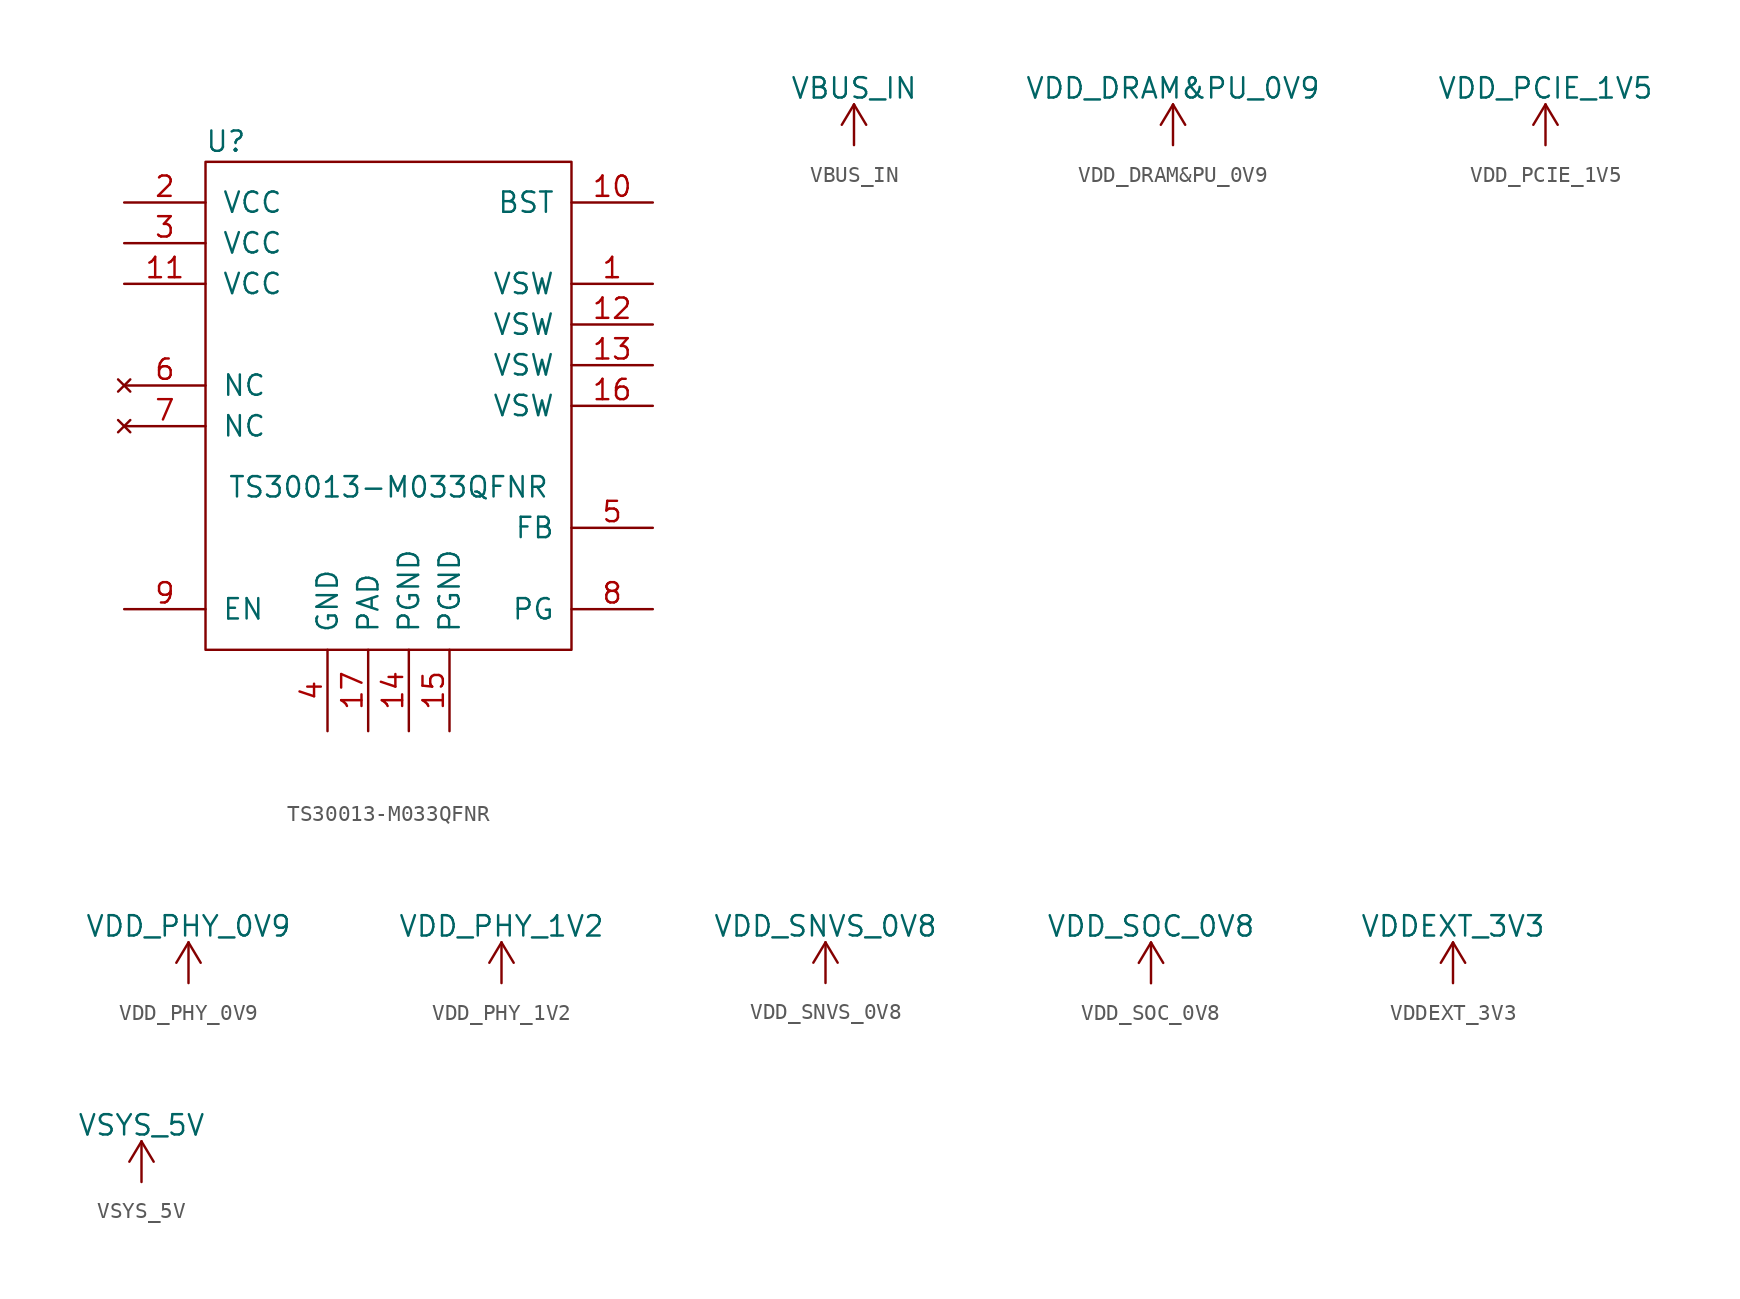
<source format=kicad_sym>
(kicad_symbol_lib
  (version 20241209)
  (generator "kicad_symbol_editor")
  (generator_version "9.0")
  (symbol "TS30013-M033QFNR"
    (pin_names
      (offset 1.016))
    (property "Reference" "U"
      (at -10.16 16.51 0)
      (effects (font (size 1.27 1.27))))
    (property "Value" "TS30013-M033QFNR"
      (at 0 -5.08 0)
      (effects (font (size 1.27 1.27))))
    (symbol "TS30013-M033QFNR_0_1"
      (rectangle (start -11.43 15.24) (end 11.43 -15.24) (stroke (width 0) (type solid)) (fill (type none))))
    (symbol "TS30013-M033QFNR_1_1"
      (pin power_in line (at -16.51 12.7 0) (length 5.08) (name "VCC" (effects (font (size 1.27 1.27)))) (number "2" (effects (font (size 1.27 1.27)))))
      (pin power_in line (at -16.51 10.16 0) (length 5.08) (name "VCC" (effects (font (size 1.27 1.27)))) (number "3" (effects (font (size 1.27 1.27)))))
      (pin power_in line (at -16.51 7.62 0) (length 5.08) (name "VCC" (effects (font (size 1.27 1.27)))) (number "11" (effects (font (size 1.27 1.27)))))
      (pin no_connect line (at -16.51 1.27 0) (length 5.08) (name "NC" (effects (font (size 1.27 1.27)))) (number "6" (effects (font (size 1.27 1.27)))))
      (pin no_connect line (at -16.51 -1.27 0) (length 5.08) (name "NC" (effects (font (size 1.27 1.27)))) (number "7" (effects (font (size 1.27 1.27)))))
      (pin power_in line (at -16.51 -12.7 0) (length 5.08) (name "EN" (effects (font (size 1.27 1.27)))) (number "9" (effects (font (size 1.27 1.27)))))
      (pin passive line (at -3.81 -20.32 90) (length 5.08) (name "GND" (effects (font (size 1.27 1.27)))) (number "4" (effects (font (size 1.27 1.27)))))
      (pin passive line (at -1.27 -20.32 90) (length 5.08) (name "PAD" (effects (font (size 1.27 1.27)))) (number "17" (effects (font (size 1.27 1.27)))))
      (pin passive line (at 1.27 -20.32 90) (length 5.08) (name "PGND" (effects (font (size 1.27 1.27)))) (number "14" (effects (font (size 1.27 1.27)))))
      (pin passive line (at 3.81 -20.32 90) (length 5.08) (name "PGND" (effects (font (size 1.27 1.27)))) (number "15" (effects (font (size 1.27 1.27)))))
      (pin passive line (at 16.51 12.7 180) (length 5.08) (name "BST" (effects (font (size 1.27 1.27)))) (number "10" (effects (font (size 1.27 1.27)))))
      (pin power_out line (at 16.51 7.62 180) (length 5.08) (name "VSW" (effects (font (size 1.27 1.27)))) (number "1" (effects (font (size 1.27 1.27)))))
      (pin power_out line (at 16.51 5.08 180) (length 5.08) (name "VSW" (effects (font (size 1.27 1.27)))) (number "12" (effects (font (size 1.27 1.27)))))
      (pin power_out line (at 16.51 2.54 180) (length 5.08) (name "VSW" (effects (font (size 1.27 1.27)))) (number "13" (effects (font (size 1.27 1.27)))))
      (pin power_out line (at 16.51 0 180) (length 5.08) (name "VSW" (effects (font (size 1.27 1.27)))) (number "16" (effects (font (size 1.27 1.27)))))
      (pin power_out line (at 16.51 -7.62 180) (length 5.08) (name "FB" (effects (font (size 1.27 1.27)))) (number "5" (effects (font (size 1.27 1.27)))))
      (pin open_collector line (at 16.51 -12.7 180) (length 5.08) (name "PG" (effects (font (size 1.27 1.27)))) (number "8" (effects (font (size 1.27 1.27)))))))
  (symbol "VBUS_IN"
    (power)
    (pin_names
      (offset 0))
    (property "Reference" "#PWR"
      (at 0 -3.81 0)
      (effects (font (size 1.27 1.27)) (hide yes)))
    (property "Value" "VBUS_IN"
      (at 0 3.556 0)
      (effects (font (size 1.27 1.27))))
    (symbol "VBUS_IN_0_1"
      (polyline (pts (xy -0.762 1.27) (xy 0 2.54)) (stroke (width 0) (type solid)) (fill (type none)))
      (polyline (pts (xy 0 2.54) (xy 0.762 1.27)) (stroke (width 0) (type solid)) (fill (type none)))
      (polyline (pts (xy 0 0) (xy 0 2.54)) (stroke (width 0) (type solid)) (fill (type none))))
    (symbol "VBUS_IN_1_1"
      (pin power_in line (at 0 0 90) (length 0) (hide yes) (name "VBUS_IN" (effects (font (size 1.27 1.27)))) (number "1" (effects (font (size 1.27 1.27)))))))
  (symbol "VDD_DRAM&PU_0V9"
    (power)
    (pin_names
      (offset 0))
    (property "Reference" "#PWR"
      (at 0 -3.81 0)
      (effects (font (size 1.27 1.27)) (hide yes)))
    (property "Value" "VDD_DRAM&PU_0V9"
      (at 0 3.556 0)
      (effects (font (size 1.27 1.27))))
    (symbol "VDD_DRAM&PU_0V9_0_1"
      (polyline (pts (xy -0.762 1.27) (xy 0 2.54)) (stroke (width 0) (type solid)) (fill (type none)))
      (polyline (pts (xy 0 2.54) (xy 0.762 1.27)) (stroke (width 0) (type solid)) (fill (type none)))
      (polyline (pts (xy 0 0) (xy 0 2.54)) (stroke (width 0) (type solid)) (fill (type none))))
    (symbol "VDD_DRAM&PU_0V9_1_1"
      (pin power_in line (at 0 0 90) (length 0) (hide yes) (name "VDD_DRAM&PU_0V9" (effects (font (size 1.27 1.27)))) (number "1" (effects (font (size 1.27 1.27)))))))
  (symbol "VDD_PCIE_1V5"
    (power)
    (pin_names
      (offset 0))
    (property "Reference" "#PWR"
      (at 0 -3.81 0)
      (effects (font (size 1.27 1.27)) (hide yes)))
    (property "Value" "VDD_PCIE_1V5"
      (at 0 3.556 0)
      (effects (font (size 1.27 1.27))))
    (symbol "VDD_PCIE_1V5_0_1"
      (polyline (pts (xy -0.762 1.27) (xy 0 2.54)) (stroke (width 0) (type solid)) (fill (type none)))
      (polyline (pts (xy 0 2.54) (xy 0.762 1.27)) (stroke (width 0) (type solid)) (fill (type none)))
      (polyline (pts (xy 0 0) (xy 0 2.54)) (stroke (width 0) (type solid)) (fill (type none))))
    (symbol "VDD_PCIE_1V5_1_1"
      (pin power_in line (at 0 0 90) (length 0) (hide yes) (name "VDD_PCIE_1V5" (effects (font (size 1.27 1.27)))) (number "1" (effects (font (size 1.27 1.27)))))))
  (symbol "VDD_PHY_0V9"
    (power)
    (pin_names
      (offset 0))
    (property "Reference" "#PWR"
      (at 0 -3.81 0)
      (effects (font (size 1.27 1.27)) (hide yes)))
    (property "Value" "VDD_PHY_0V9"
      (at 0 3.556 0)
      (effects (font (size 1.27 1.27))))
    (symbol "VDD_PHY_0V9_0_1"
      (polyline (pts (xy -0.762 1.27) (xy 0 2.54)) (stroke (width 0) (type solid)) (fill (type none)))
      (polyline (pts (xy 0 2.54) (xy 0.762 1.27)) (stroke (width 0) (type solid)) (fill (type none)))
      (polyline (pts (xy 0 0) (xy 0 2.54)) (stroke (width 0) (type solid)) (fill (type none))))
    (symbol "VDD_PHY_0V9_1_1"
      (pin power_in line (at 0 0 90) (length 0) (hide yes) (name "VDD_PHY_0V9" (effects (font (size 1.27 1.27)))) (number "1" (effects (font (size 1.27 1.27)))))))
  (symbol "VDD_PHY_1V2"
    (power)
    (pin_names
      (offset 0))
    (property "Reference" "#PWR"
      (at 0 -3.81 0)
      (effects (font (size 1.27 1.27)) (hide yes)))
    (property "Value" "VDD_PHY_1V2"
      (at 0 3.556 0)
      (effects (font (size 1.27 1.27))))
    (symbol "VDD_PHY_1V2_0_1"
      (polyline (pts (xy -0.762 1.27) (xy 0 2.54)) (stroke (width 0) (type solid)) (fill (type none)))
      (polyline (pts (xy 0 2.54) (xy 0.762 1.27)) (stroke (width 0) (type solid)) (fill (type none)))
      (polyline (pts (xy 0 0) (xy 0 2.54)) (stroke (width 0) (type solid)) (fill (type none))))
    (symbol "VDD_PHY_1V2_1_1"
      (pin power_in line (at 0 0 90) (length 0) (hide yes) (name "VDD_PHY_1V2" (effects (font (size 1.27 1.27)))) (number "1" (effects (font (size 1.27 1.27)))))))
  (symbol "VDD_SNVS_0V8"
    (power)
    (pin_names
      (offset 0))
    (property "Reference" "#PWR"
      (at 0 -3.81 0)
      (effects (font (size 1.27 1.27)) (hide yes)))
    (property "Value" "VDD_SNVS_0V8"
      (at 0 3.556 0)
      (effects (font (size 1.27 1.27))))
    (symbol "VDD_SNVS_0V8_0_1"
      (polyline (pts (xy -0.762 1.27) (xy 0 2.54)) (stroke (width 0) (type solid)) (fill (type none)))
      (polyline (pts (xy 0 2.54) (xy 0.762 1.27)) (stroke (width 0) (type solid)) (fill (type none)))
      (polyline (pts (xy 0 0) (xy 0 2.54)) (stroke (width 0) (type solid)) (fill (type none))))
    (symbol "VDD_SNVS_0V8_1_1"
      (pin power_in line (at 0 0 90) (length 0) (hide yes) (name "VDD_SNVS_0V8" (effects (font (size 1.27 1.27)))) (number "1" (effects (font (size 1.27 1.27)))))))
  (symbol "VDD_SOC_0V8"
    (power)
    (pin_names
      (offset 0))
    (property "Reference" "#PWR"
      (at 0 -3.81 0)
      (effects (font (size 1.27 1.27)) (hide yes)))
    (property "Value" "VDD_SOC_0V8"
      (at 0 3.556 0)
      (effects (font (size 1.27 1.27))))
    (symbol "VDD_SOC_0V8_0_1"
      (polyline (pts (xy -0.762 1.27) (xy 0 2.54)) (stroke (width 0) (type solid)) (fill (type none)))
      (polyline (pts (xy 0 2.54) (xy 0.762 1.27)) (stroke (width 0) (type solid)) (fill (type none)))
      (polyline (pts (xy 0 0) (xy 0 2.54)) (stroke (width 0) (type solid)) (fill (type none))))
    (symbol "VDD_SOC_0V8_1_1"
      (pin power_in line (at 0 0 90) (length 0) (hide yes) (name "VDD_SOC_0V8" (effects (font (size 1.27 1.27)))) (number "1" (effects (font (size 1.27 1.27)))))))
  (symbol "VDDEXT_3V3"
    (power)
    (pin_names
      (offset 0))
    (property "Reference" "#PWR"
      (at 0 -3.81 0)
      (effects (font (size 1.27 1.27)) (hide yes)))
    (property "Value" "VDDEXT_3V3"
      (at 0 3.556 0)
      (effects (font (size 1.27 1.27))))
    (symbol "VDDEXT_3V3_0_1"
      (polyline (pts (xy -0.762 1.27) (xy 0 2.54)) (stroke (width 0) (type solid)) (fill (type none)))
      (polyline (pts (xy 0 2.54) (xy 0.762 1.27)) (stroke (width 0) (type solid)) (fill (type none)))
      (polyline (pts (xy 0 0) (xy 0 2.54)) (stroke (width 0) (type solid)) (fill (type none))))
    (symbol "VDDEXT_3V3_1_1"
      (pin power_in line (at 0 0 90) (length 0) (hide yes) (name "VDDEXT_3V3" (effects (font (size 1.27 1.27)))) (number "1" (effects (font (size 1.27 1.27)))))))
  (symbol "VSYS_5V"
    (power)
    (pin_names
      (offset 0))
    (property "Reference" "#PWR"
      (at 0 -3.81 0)
      (effects (font (size 1.27 1.27)) (hide yes)))
    (property "Value" "VSYS_5V"
      (at 0 3.556 0)
      (effects (font (size 1.27 1.27))))
    (symbol "VSYS_5V_0_1"
      (polyline (pts (xy -0.762 1.27) (xy 0 2.54)) (stroke (width 0) (type solid)) (fill (type none)))
      (polyline (pts (xy 0 2.54) (xy 0.762 1.27)) (stroke (width 0) (type solid)) (fill (type none)))
      (polyline (pts (xy 0 0) (xy 0 2.54)) (stroke (width 0) (type solid)) (fill (type none))))
    (symbol "VSYS_5V_1_1"
      (pin power_in line (at 0 0 90) (length 0) (hide yes) (name "VSYS_5V" (effects (font (size 1.27 1.27)))) (number "1" (effects (font (size 1.27 1.27))))))))
</source>
